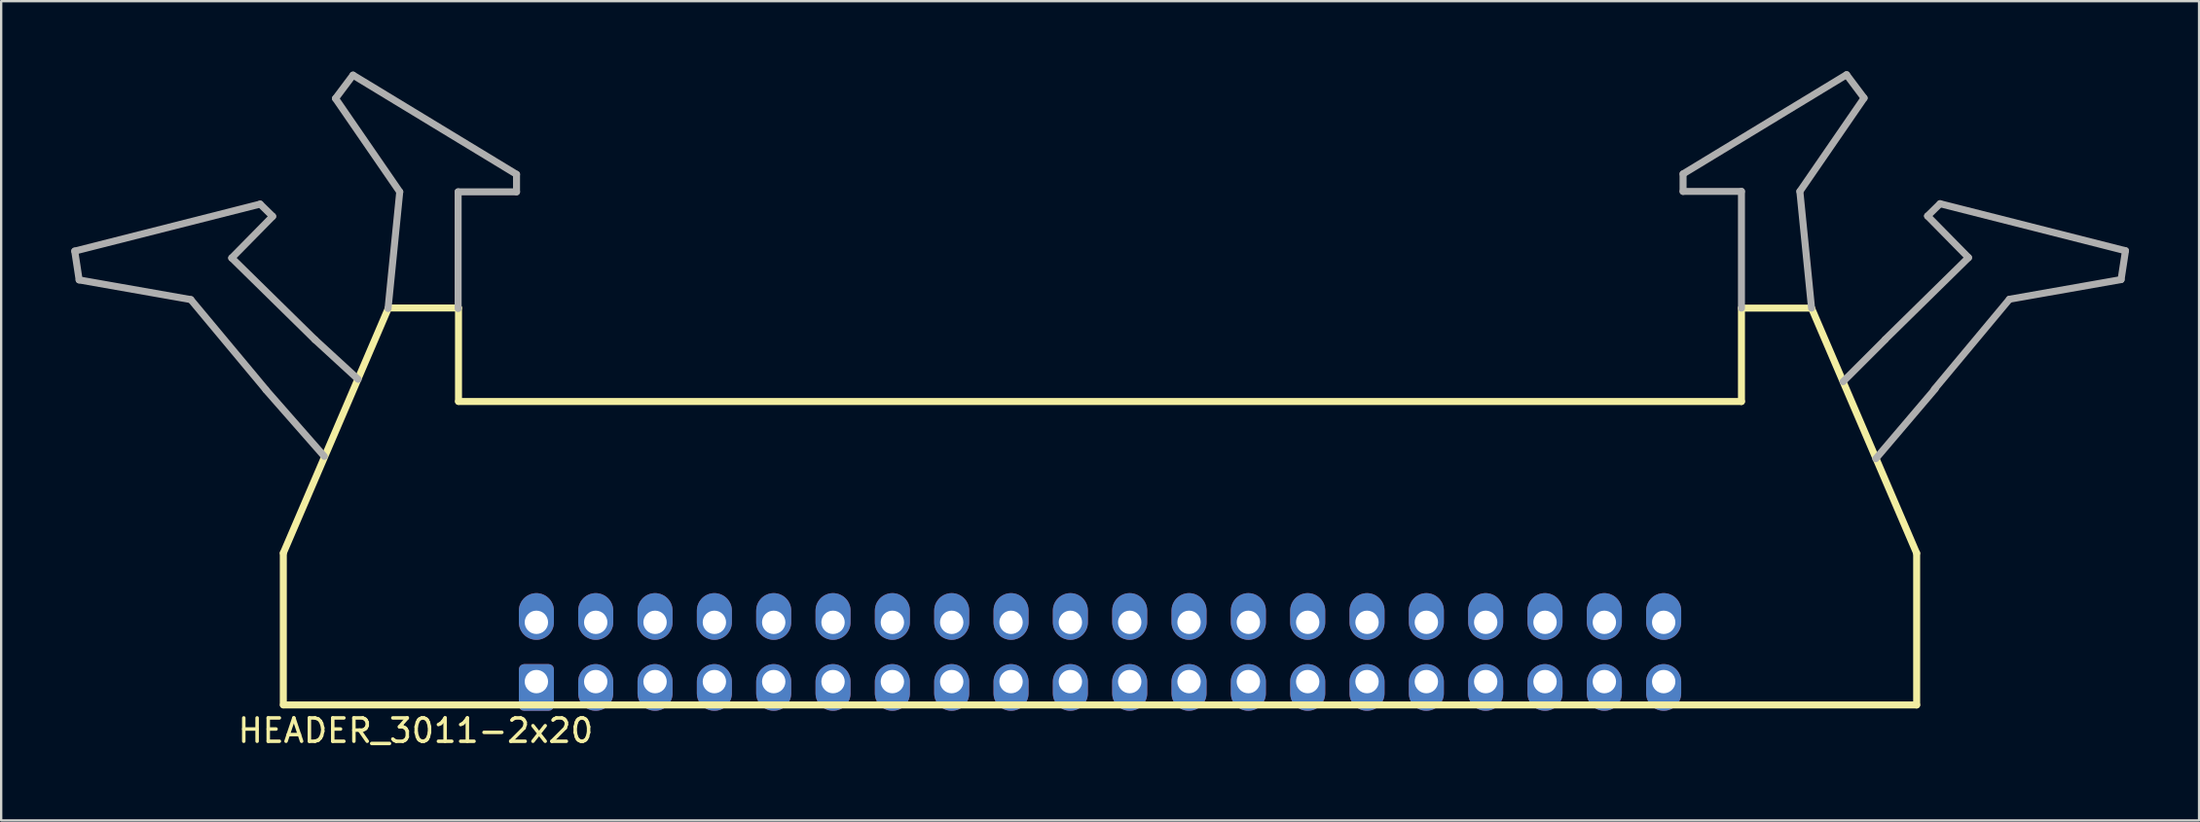
<source format=kicad_pcb>
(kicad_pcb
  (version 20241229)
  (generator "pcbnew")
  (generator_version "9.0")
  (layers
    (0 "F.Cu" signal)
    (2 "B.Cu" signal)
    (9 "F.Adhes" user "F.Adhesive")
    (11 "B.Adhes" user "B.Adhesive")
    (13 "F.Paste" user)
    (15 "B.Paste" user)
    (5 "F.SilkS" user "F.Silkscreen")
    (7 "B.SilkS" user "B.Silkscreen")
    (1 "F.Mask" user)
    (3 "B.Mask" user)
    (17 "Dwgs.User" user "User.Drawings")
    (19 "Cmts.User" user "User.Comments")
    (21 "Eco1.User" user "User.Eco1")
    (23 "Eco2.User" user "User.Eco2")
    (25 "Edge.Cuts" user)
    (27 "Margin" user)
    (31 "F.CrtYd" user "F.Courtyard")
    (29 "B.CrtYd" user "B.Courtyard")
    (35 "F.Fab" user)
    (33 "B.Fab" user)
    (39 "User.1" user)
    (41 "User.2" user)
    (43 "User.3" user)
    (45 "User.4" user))
  (footprint "HEADER_3011-2x20"
    (layer "F.Cu")
    (at 44.043 26.15)
    (property "Reference" "HEADER_3011-2x20" (at -29.3 2.1 0) (layer "F.SilkS") (effects (font (size 1 1) (thickness 0.15))))
    (attr through_hole)
    (fp_line (start -34.964 -5.506) (end -30.464 -16.006) (stroke (width 0.3) (type solid)) (layer "F.SilkS"))
    (fp_line (start -34.964 0.994) (end -34.964 -5.506) (stroke (width 0.3) (type solid)) (layer "F.SilkS"))
    (fp_line (start -34.96 1) (end 34.96 1) (stroke (width 0.3) (type solid)) (layer "F.SilkS"))
    (fp_line (start -30.464 -16.006) (end -27.464 -16.006) (stroke (width 0.3) (type solid)) (layer "F.SilkS"))
    (fp_line (start -27.464 -16.006) (end -27.464 -12.006) (stroke (width 0.3) (type solid)) (layer "F.SilkS"))
    (fp_line (start 27.46 -16) (end 27.46 -12) (stroke (width 0.3) (type solid)) (layer "F.SilkS"))
    (fp_line (start 27.46 -12) (end -27.464 -12) (stroke (width 0.3) (type solid)) (layer "F.SilkS"))
    (fp_line (start 30.46 -16) (end 27.46 -16) (stroke (width 0.3) (type solid)) (layer "F.SilkS"))
    (fp_line (start 34.96 -5.5) (end 30.46 -16) (stroke (width 0.3) (type solid)) (layer "F.SilkS"))
    (fp_line (start 34.96 1) (end 34.96 -5.5) (stroke (width 0.3) (type solid)) (layer "F.SilkS"))
    (fp_line (start -43.893 -18.444) (end -43.705 -17.208) (stroke (width 0.3) (type solid)) (layer "F.Fab"))
    (fp_line (start -43.705 -17.208) (end -38.925 -16.366) (stroke (width 0.3) (type solid)) (layer "F.Fab"))
    (fp_line (start -38.925 -16.366) (end -35.709 -12.504) (stroke (width 0.3) (type solid)) (layer "F.Fab"))
    (fp_line (start -37.173 -18.149) (end -35.42 -19.932) (stroke (width 0.3) (type solid)) (layer "F.Fab"))
    (fp_line (start -35.955 -20.457) (end -43.893 -18.444) (stroke (width 0.3) (type solid)) (layer "F.Fab"))
    (fp_line (start -35.71 -12.5) (end -33.21 -9.65) (stroke (width 0.3) (type solid)) (layer "F.Fab"))
    (fp_line (start -35.42 -19.932) (end -35.955 -20.457) (stroke (width 0.3) (type solid)) (layer "F.Fab"))
    (fp_line (start -33.61 -14.65) (end -31.76 -12.95) (stroke (width 0.3) (type solid)) (layer "F.Fab"))
    (fp_line (start -33.606 -14.644) (end -37.173 -18.149) (stroke (width 0.3) (type solid)) (layer "F.Fab"))
    (fp_line (start -32.73 -24.982) (end -29.98 -20.982) (stroke (width 0.3) (type solid)) (layer "F.Fab"))
    (fp_line (start -31.98 -25.982) (end -32.73 -24.982) (stroke (width 0.3) (type solid)) (layer "F.Fab"))
    (fp_line (start -29.98 -20.982) (end -30.48 -15.982) (stroke (width 0.3) (type solid)) (layer "F.Fab"))
    (fp_line (start -27.48 -20.982) (end -24.98 -20.982) (stroke (width 0.3) (type solid)) (layer "F.Fab"))
    (fp_line (start -27.48 -15.982) (end -27.48 -20.982) (stroke (width 0.3) (type solid)) (layer "F.Fab"))
    (fp_line (start -24.98 -21.732) (end -31.98 -25.982) (stroke (width 0.3) (type solid)) (layer "F.Fab"))
    (fp_line (start -24.98 -20.982) (end -24.98 -21.732) (stroke (width 0.3) (type solid)) (layer "F.Fab"))
    (fp_line (start 24.96 -21.75) (end 31.96 -26) (stroke (width 0.3) (type solid)) (layer "F.Fab"))
    (fp_line (start 24.96 -21) (end 24.96 -21.75) (stroke (width 0.3) (type solid)) (layer "F.Fab"))
    (fp_line (start 27.46 -21) (end 24.96 -21) (stroke (width 0.3) (type solid)) (layer "F.Fab"))
    (fp_line (start 27.46 -16) (end 27.46 -21) (stroke (width 0.3) (type solid)) (layer "F.Fab"))
    (fp_line (start 29.96 -21) (end 30.46 -16) (stroke (width 0.3) (type solid)) (layer "F.Fab"))
    (fp_line (start 31.96 -26) (end 32.71 -25) (stroke (width 0.3) (type solid)) (layer "F.Fab"))
    (fp_line (start 32.71 -25) (end 29.96 -21) (stroke (width 0.3) (type solid)) (layer "F.Fab"))
    (fp_line (start 33.61 -14.65) (end 31.81 -12.85) (stroke (width 0.3) (type solid)) (layer "F.Fab"))
    (fp_line (start 33.613 -14.659) (end 37.18 -18.164) (stroke (width 0.3) (type solid)) (layer "F.Fab"))
    (fp_line (start 35.427 -19.947) (end 35.962 -20.473) (stroke (width 0.3) (type solid)) (layer "F.Fab"))
    (fp_line (start 35.76 -12.55) (end 33.21 -9.55) (stroke (width 0.3) (type solid)) (layer "F.Fab"))
    (fp_line (start 35.962 -20.473) (end 43.9 -18.459) (stroke (width 0.3) (type solid)) (layer "F.Fab"))
    (fp_line (start 37.18 -18.164) (end 35.427 -19.947) (stroke (width 0.3) (type solid)) (layer "F.Fab"))
    (fp_line (start 38.932 -16.381) (end 35.716 -12.52) (stroke (width 0.3) (type solid)) (layer "F.Fab"))
    (fp_line (start 43.712 -17.223) (end 38.932 -16.381) (stroke (width 0.3) (type solid)) (layer "F.Fab"))
    (fp_line (start 43.9 -18.459) (end 43.712 -17.223) (stroke (width 0.3) (type solid)) (layer "F.Fab"))
    (pad "1" thru_hole roundrect (at -24.13 0) (size 1.5 2) (drill 1 (offset 0 0.25)) (layers "*.Cu" "*.Mask") (roundrect_rratio 0.15))
    (pad "2" thru_hole oval (at -24.13 -2.54 180) (size 1.5 2) (drill 1 (offset 0 0.25)) (layers "*.Cu" "*.Mask"))
    (pad "3" thru_hole oval (at -21.59 0) (size 1.5 2) (drill 1 (offset 0 0.25)) (layers "*.Cu" "*.Mask"))
    (pad "4" thru_hole oval (at -21.59 -2.54 180) (size 1.5 2) (drill 1 (offset 0 0.25)) (layers "*.Cu" "*.Mask"))
    (pad "5" thru_hole oval (at -19.05 0) (size 1.5 2) (drill 1 (offset 0 0.25)) (layers "*.Cu" "*.Mask"))
    (pad "6" thru_hole oval (at -19.05 -2.54 180) (size 1.5 2) (drill 1 (offset 0 0.25)) (layers "*.Cu" "*.Mask"))
    (pad "7" thru_hole oval (at -16.51 0) (size 1.5 2) (drill 1 (offset 0 0.25)) (layers "*.Cu" "*.Mask"))
    (pad "8" thru_hole oval (at -16.51 -2.54 180) (size 1.5 2) (drill 1 (offset 0 0.25)) (layers "*.Cu" "*.Mask"))
    (pad "9" thru_hole oval (at -13.97 0) (size 1.5 2) (drill 1 (offset 0 0.25)) (layers "*.Cu" "*.Mask"))
    (pad "10" thru_hole oval (at -13.97 -2.54 180) (size 1.5 2) (drill 1 (offset 0 0.25)) (layers "*.Cu" "*.Mask"))
    (pad "11" thru_hole oval (at -11.43 0) (size 1.5 2) (drill 1 (offset 0 0.25)) (layers "*.Cu" "*.Mask"))
    (pad "12" thru_hole oval (at -11.43 -2.54 180) (size 1.5 2) (drill 1 (offset 0 0.25)) (layers "*.Cu" "*.Mask"))
    (pad "13" thru_hole oval (at -8.89 0) (size 1.5 2) (drill 1 (offset 0 0.25)) (layers "*.Cu" "*.Mask"))
    (pad "14" thru_hole oval (at -8.89 -2.54 180) (size 1.5 2) (drill 1 (offset 0 0.25)) (layers "*.Cu" "*.Mask"))
    (pad "15" thru_hole oval (at -6.35 0) (size 1.5 2) (drill 1 (offset 0 0.25)) (layers "*.Cu" "*.Mask"))
    (pad "16" thru_hole oval (at -6.35 -2.54 180) (size 1.5 2) (drill 1 (offset 0 0.25)) (layers "*.Cu" "*.Mask"))
    (pad "17" thru_hole oval (at -3.81 0) (size 1.5 2) (drill 1 (offset 0 0.25)) (layers "*.Cu" "*.Mask"))
    (pad "18" thru_hole oval (at -3.81 -2.54 180) (size 1.5 2) (drill 1 (offset 0 0.25)) (layers "*.Cu" "*.Mask"))
    (pad "19" thru_hole oval (at -1.27 0) (size 1.5 2) (drill 1 (offset 0 0.25)) (layers "*.Cu" "*.Mask"))
    (pad "20" thru_hole oval (at -1.27 -2.54 180) (size 1.5 2) (drill 1 (offset 0 0.25)) (layers "*.Cu" "*.Mask"))
    (pad "21" thru_hole oval (at 1.27 0) (size 1.5 2) (drill 1 (offset 0 0.25)) (layers "*.Cu" "*.Mask"))
    (pad "22" thru_hole oval (at 1.27 -2.54 180) (size 1.5 2) (drill 1 (offset 0 0.25)) (layers "*.Cu" "*.Mask"))
    (pad "23" thru_hole oval (at 3.81 0) (size 1.5 2) (drill 1 (offset 0 0.25)) (layers "*.Cu" "*.Mask"))
    (pad "24" thru_hole oval (at 3.81 -2.54 180) (size 1.5 2) (drill 1 (offset 0 0.25)) (layers "*.Cu" "*.Mask"))
    (pad "25" thru_hole oval (at 6.35 0) (size 1.5 2) (drill 1 (offset 0 0.25)) (layers "*.Cu" "*.Mask"))
    (pad "26" thru_hole oval (at 6.35 -2.54 180) (size 1.5 2) (drill 1 (offset 0 0.25)) (layers "*.Cu" "*.Mask"))
    (pad "27" thru_hole oval (at 8.89 0) (size 1.5 2) (drill 1 (offset 0 0.25)) (layers "*.Cu" "*.Mask"))
    (pad "28" thru_hole oval (at 8.89 -2.54 180) (size 1.5 2) (drill 1 (offset 0 0.25)) (layers "*.Cu" "*.Mask"))
    (pad "29" thru_hole oval (at 11.43 0) (size 1.5 2) (drill 1 (offset 0 0.25)) (layers "*.Cu" "*.Mask"))
    (pad "30" thru_hole oval (at 11.43 -2.54 180) (size 1.5 2) (drill 1 (offset 0 0.25)) (layers "*.Cu" "*.Mask"))
    (pad "31" thru_hole oval (at 13.97 0) (size 1.5 2) (drill 1 (offset 0 0.25)) (layers "*.Cu" "*.Mask"))
    (pad "32" thru_hole oval (at 13.97 -2.54 180) (size 1.5 2) (drill 1 (offset 0 0.25)) (layers "*.Cu" "*.Mask"))
    (pad "33" thru_hole oval (at 16.51 0) (size 1.5 2) (drill 1 (offset 0 0.25)) (layers "*.Cu" "*.Mask"))
    (pad "34" thru_hole oval (at 16.51 -2.54 180) (size 1.5 2) (drill 1 (offset 0 0.25)) (layers "*.Cu" "*.Mask"))
    (pad "35" thru_hole oval (at 19.05 0) (size 1.5 2) (drill 1 (offset 0 0.25)) (layers "*.Cu" "*.Mask"))
    (pad "36" thru_hole oval (at 19.05 -2.54 180) (size 1.5 2) (drill 1 (offset 0 0.25)) (layers "*.Cu" "*.Mask"))
    (pad "37" thru_hole oval (at 21.59 0) (size 1.5 2) (drill 1 (offset 0 0.25)) (layers "*.Cu" "*.Mask"))
    (pad "38" thru_hole oval (at 21.59 -2.54 180) (size 1.5 2) (drill 1 (offset 0 0.25)) (layers "*.Cu" "*.Mask"))
    (pad "39" thru_hole oval (at 24.13 0) (size 1.5 2) (drill 1 (offset 0 0.25)) (layers "*.Cu" "*.Mask"))
    (pad "40" thru_hole oval (at 24.13 -2.54 180) (size 1.5 2) (drill 1 (offset 0 0.25)) (layers "*.Cu" "*.Mask")))
  (gr_rect
    (start -3 -3)
    (end 91.093 32.098)
    (stroke (width 0.1) (type default))
    (fill no)
    (layer "Edge.Cuts")))
</source>
